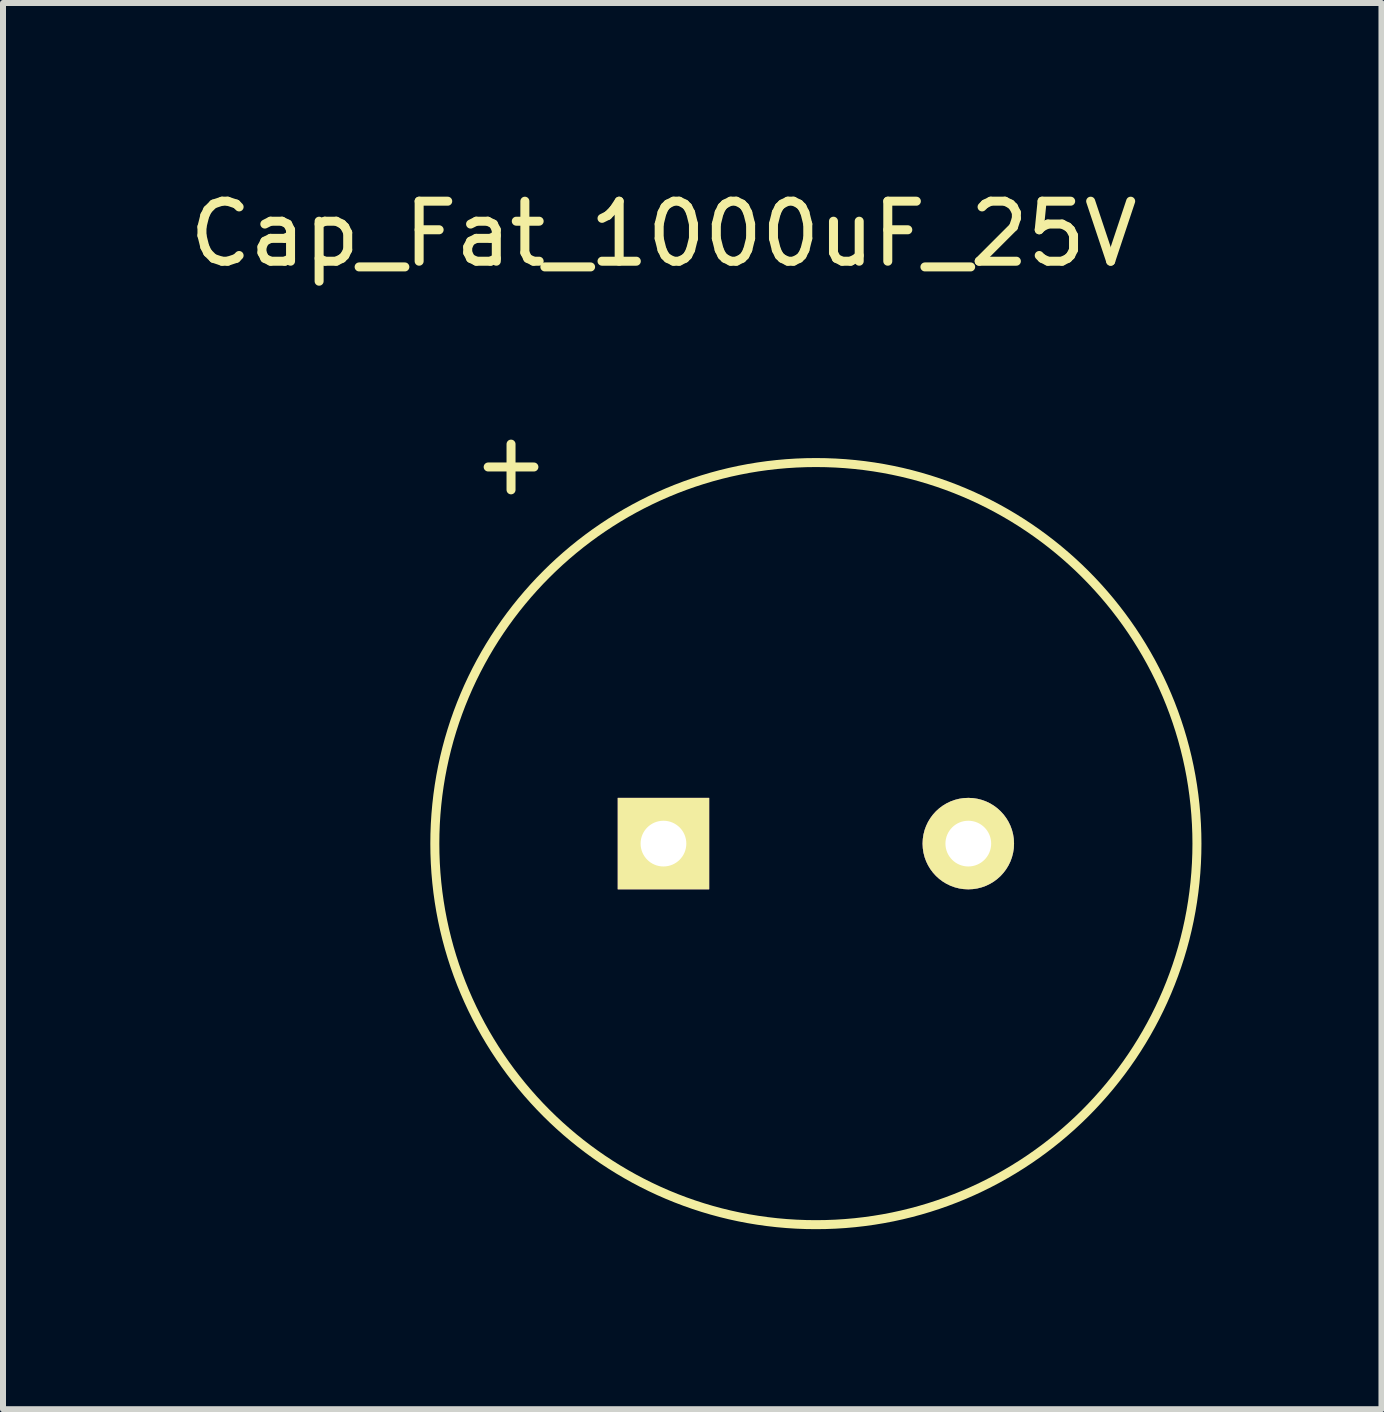
<source format=kicad_pcb>
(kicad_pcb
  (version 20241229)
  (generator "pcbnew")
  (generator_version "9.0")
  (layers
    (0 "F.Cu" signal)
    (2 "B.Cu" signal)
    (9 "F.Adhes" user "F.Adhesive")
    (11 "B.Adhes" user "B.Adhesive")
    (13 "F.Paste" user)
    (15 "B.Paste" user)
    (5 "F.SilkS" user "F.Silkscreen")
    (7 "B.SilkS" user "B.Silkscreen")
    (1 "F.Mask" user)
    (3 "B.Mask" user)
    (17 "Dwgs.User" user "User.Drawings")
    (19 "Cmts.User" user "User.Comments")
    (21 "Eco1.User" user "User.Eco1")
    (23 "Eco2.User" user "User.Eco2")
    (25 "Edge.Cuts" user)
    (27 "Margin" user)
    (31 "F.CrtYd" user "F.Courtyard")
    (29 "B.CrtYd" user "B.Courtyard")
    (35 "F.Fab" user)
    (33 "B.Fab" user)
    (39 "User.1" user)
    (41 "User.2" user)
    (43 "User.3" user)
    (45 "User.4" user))
  (footprint "Cap_Fat_1000uF_25V"
    (layer "F.Cu")
    (at 8.006 12.278)
    (property "Reference" "Cap_Fat_1000uF_25V" (at 0 -11.43 0) (layer "F.SilkS") (effects (font (size 1 1) (thickness 0.15))))
    (attr through_hole)
    (fp_circle (center 2.54 -1.27) (end -3.81 -1.27) (stroke (width 0.15) (type solid)) (fill no) (layer "F.SilkS"))
    (fp_text user "+" (at -2.54 -7.62 0) (layer "F.SilkS") (effects (font (size 1 1) (thickness 0.15))))
    (pad "1" thru_hole rect (at 0 -1.27) (size 1.524 1.524) (drill 0.762) (layers "*.Cu" "*.Mask" "F.SilkS"))
    (pad "2" thru_hole circle (at 5.08 -1.27) (size 1.524 1.524) (drill 0.762) (layers "*.Cu" "*.Mask" "F.SilkS")))
  (gr_rect
    (start -3 -3)
    (end 19.971 20.433)
    (stroke (width 0.1) (type default))
    (fill no)
    (layer "Edge.Cuts")))
</source>
